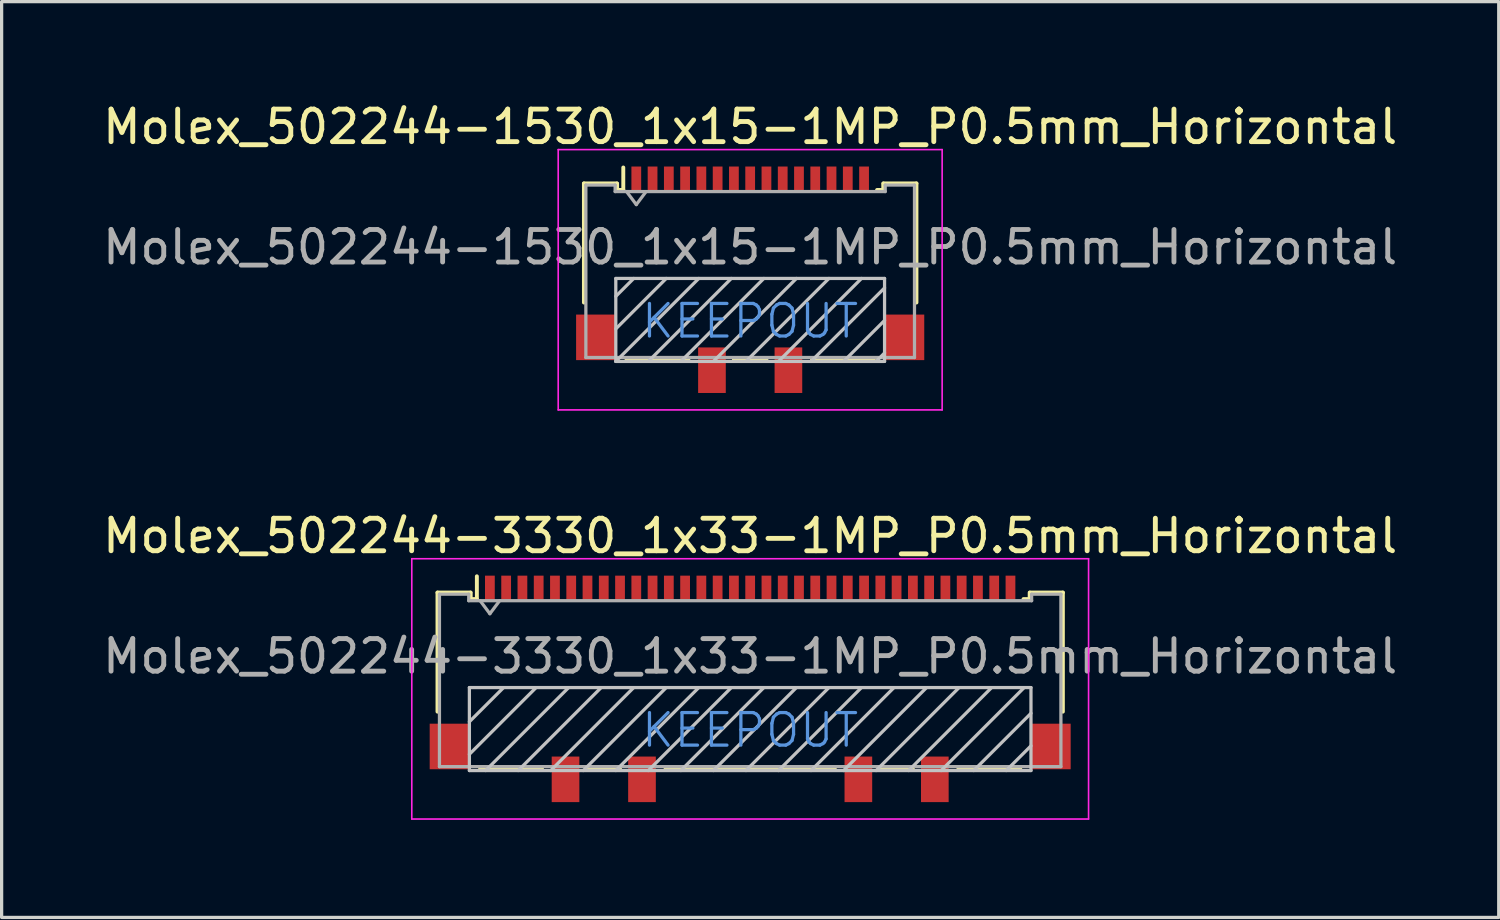
<source format=kicad_pcb>
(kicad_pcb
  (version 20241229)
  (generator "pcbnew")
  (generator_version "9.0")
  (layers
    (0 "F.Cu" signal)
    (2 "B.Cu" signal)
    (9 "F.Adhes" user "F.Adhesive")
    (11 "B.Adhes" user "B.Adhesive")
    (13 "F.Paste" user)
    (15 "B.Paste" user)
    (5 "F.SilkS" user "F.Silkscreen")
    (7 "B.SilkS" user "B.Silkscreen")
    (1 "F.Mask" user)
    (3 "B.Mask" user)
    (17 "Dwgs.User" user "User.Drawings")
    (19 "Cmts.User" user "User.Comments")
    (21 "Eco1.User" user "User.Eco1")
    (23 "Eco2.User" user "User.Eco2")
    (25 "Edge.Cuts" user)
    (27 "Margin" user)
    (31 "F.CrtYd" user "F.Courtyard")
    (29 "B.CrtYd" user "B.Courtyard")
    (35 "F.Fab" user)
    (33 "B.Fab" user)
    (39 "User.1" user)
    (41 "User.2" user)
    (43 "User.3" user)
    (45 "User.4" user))
  (footprint "Molex_502244-1530_1x15-1MP_P0.5mm_Horizontal"
    (layer "F.Cu")
    (at 20.006 5.548)
    (property "Reference" "Molex_502244-1530_1x15-1MP_P0.5mm_Horizontal" (at 0 -4.7 0) (layer "F.SilkS") (effects (font (size 1 1) (thickness 0.15))))
    (attr smd)
    (fp_line (start -5.11 -2.96) (end -4.1 -2.96) (stroke (width 0.12) (type solid)) (layer "F.SilkS"))
    (fp_line (start -5.11 0.7) (end -5.11 -2.96) (stroke (width 0.12) (type solid)) (layer "F.SilkS"))
    (fp_line (start -4.09 -2.76) (end -4.09 -2.96) (stroke (width 0.12) (type solid)) (layer "F.SilkS"))
    (fp_line (start -4.09 -2.76) (end -3.9 -2.76) (stroke (width 0.12) (type solid)) (layer "F.SilkS"))
    (fp_line (start -3.9 -2.76) (end -3.9 -3.45) (stroke (width 0.12) (type solid)) (layer "F.SilkS"))
    (fp_line (start -3.8 2.45) (end -1.9 2.45) (stroke (width 0.12) (type solid)) (layer "F.SilkS"))
    (fp_line (start -0.5 2.45) (end 0.5 2.45) (stroke (width 0.12) (type solid)) (layer "F.SilkS"))
    (fp_line (start 1.9 2.45) (end 3.8 2.45) (stroke (width 0.12) (type solid)) (layer "F.SilkS"))
    (fp_line (start 4.09 -2.96) (end 4.09 -2.76) (stroke (width 0.12) (type solid)) (layer "F.SilkS"))
    (fp_line (start 4.09 -2.76) (end 3.9 -2.76) (stroke (width 0.12) (type solid)) (layer "F.SilkS"))
    (fp_line (start 4.1 -2.96) (end 5.11 -2.96) (stroke (width 0.12) (type solid)) (layer "F.SilkS"))
    (fp_line (start 5.11 -2.96) (end 5.11 0.7) (stroke (width 0.12) (type solid)) (layer "F.SilkS"))
    (fp_line (start -4.13 -0.04) (end 4.13 -0.04) (stroke (width 0.1) (type solid)) (layer "Dwgs.User"))
    (fp_line (start -4.13 0.51) (end -3.58 -0.04) (stroke (width 0.1) (type solid)) (layer "Dwgs.User"))
    (fp_line (start -4.13 1.51) (end -2.58 -0.04) (stroke (width 0.1) (type solid)) (layer "Dwgs.User"))
    (fp_line (start -4.13 2.51) (end -4.13 -0.04) (stroke (width 0.1) (type solid)) (layer "Dwgs.User"))
    (fp_line (start -4.13 2.51) (end -1.58 -0.04) (stroke (width 0.1) (type solid)) (layer "Dwgs.User"))
    (fp_line (start -3.13 2.51) (end -0.58 -0.04) (stroke (width 0.1) (type solid)) (layer "Dwgs.User"))
    (fp_line (start -2.13 2.51) (end 0.42 -0.04) (stroke (width 0.1) (type solid)) (layer "Dwgs.User"))
    (fp_line (start -1.13 2.51) (end 1.42 -0.04) (stroke (width 0.1) (type solid)) (layer "Dwgs.User"))
    (fp_line (start -0.13 2.51) (end 2.42 -0.04) (stroke (width 0.1) (type solid)) (layer "Dwgs.User"))
    (fp_line (start 0.87 2.51) (end 3.42 -0.04) (stroke (width 0.1) (type solid)) (layer "Dwgs.User"))
    (fp_line (start 1.87 2.51) (end 4.13 0.25) (stroke (width 0.1) (type solid)) (layer "Dwgs.User"))
    (fp_line (start 2.87 2.51) (end 4.13 1.25) (stroke (width 0.1) (type solid)) (layer "Dwgs.User"))
    (fp_line (start 3.87 2.51) (end 4.13 2.25) (stroke (width 0.1) (type solid)) (layer "Dwgs.User"))
    (fp_line (start 4.13 -0.04) (end 4.13 2.51) (stroke (width 0.1) (type solid)) (layer "Dwgs.User"))
    (fp_line (start 4.13 2.51) (end -4.13 2.51) (stroke (width 0.1) (type solid)) (layer "Dwgs.User"))
    (fp_line (start -5.9 -4) (end 5.9 -4) (stroke (width 0.05) (type solid)) (layer "F.CrtYd"))
    (fp_line (start -5.9 4) (end -5.9 -4) (stroke (width 0.05) (type solid)) (layer "F.CrtYd"))
    (fp_line (start 5.9 -4) (end 5.9 4) (stroke (width 0.05) (type solid)) (layer "F.CrtYd"))
    (fp_line (start 5.9 4) (end -5.9 4) (stroke (width 0.05) (type solid)) (layer "F.CrtYd"))
    (fp_line (start -5.05 -2.91) (end -5.05 2.39) (stroke (width 0.1) (type solid)) (layer "F.Fab"))
    (fp_line (start -5.05 2.39) (end 5.05 2.39) (stroke (width 0.1) (type solid)) (layer "F.Fab"))
    (fp_line (start -4.15 -2.91) (end -5.05 -2.91) (stroke (width 0.1) (type solid)) (layer "F.Fab"))
    (fp_line (start -4.15 -2.71) (end -4.15 -2.91) (stroke (width 0.1) (type solid)) (layer "F.Fab"))
    (fp_line (start -3.8 -2.71) (end -3.5 -2.31) (stroke (width 0.1) (type solid)) (layer "F.Fab"))
    (fp_line (start -3.5 -2.31) (end -3.2 -2.71) (stroke (width 0.1) (type solid)) (layer "F.Fab"))
    (fp_line (start 4.15 -2.91) (end 4.15 -2.71) (stroke (width 0.1) (type solid)) (layer "F.Fab"))
    (fp_line (start 4.15 -2.71) (end -4.15 -2.71) (stroke (width 0.1) (type solid)) (layer "F.Fab"))
    (fp_line (start 5.05 -2.91) (end 4.15 -2.91) (stroke (width 0.1) (type solid)) (layer "F.Fab"))
    (fp_line (start 5.05 -2.91) (end 5.05 2.39) (stroke (width 0.1) (type solid)) (layer "F.Fab"))
    (fp_text user "KEEPOUT" (at 0 1.271 0) (layer "Cmts.User") (effects (font (size 1 1) (thickness 0.1))))
    (fp_text user "${REFERENCE}" (at 0 -1 0) (layer "F.Fab") (effects (font (size 1 1) (thickness 0.15))))
    (pad "1" smd rect (at -3.5 -3.08) (size 0.3 0.8) (layers "F.Cu" "F.Mask" "F.Paste"))
    (pad "2" smd rect (at -3 -3.08) (size 0.3 0.8) (layers "F.Cu" "F.Mask" "F.Paste"))
    (pad "3" smd rect (at -2.5 -3.08) (size 0.3 0.8) (layers "F.Cu" "F.Mask" "F.Paste"))
    (pad "4" smd rect (at -2 -3.08) (size 0.3 0.8) (layers "F.Cu" "F.Mask" "F.Paste"))
    (pad "5" smd rect (at -1.5 -3.08) (size 0.3 0.8) (layers "F.Cu" "F.Mask" "F.Paste"))
    (pad "6" smd rect (at -1 -3.08) (size 0.3 0.8) (layers "F.Cu" "F.Mask" "F.Paste"))
    (pad "7" smd rect (at -0.5 -3.08) (size 0.3 0.8) (layers "F.Cu" "F.Mask" "F.Paste"))
    (pad "8" smd rect (at 0 -3.08) (size 0.3 0.8) (layers "F.Cu" "F.Mask" "F.Paste"))
    (pad "9" smd rect (at 0.5 -3.08) (size 0.3 0.8) (layers "F.Cu" "F.Mask" "F.Paste"))
    (pad "10" smd rect (at 1 -3.08) (size 0.3 0.8) (layers "F.Cu" "F.Mask" "F.Paste"))
    (pad "11" smd rect (at 1.5 -3.08) (size 0.3 0.8) (layers "F.Cu" "F.Mask" "F.Paste"))
    (pad "12" smd rect (at 2 -3.08) (size 0.3 0.8) (layers "F.Cu" "F.Mask" "F.Paste"))
    (pad "13" smd rect (at 2.5 -3.08) (size 0.3 0.8) (layers "F.Cu" "F.Mask" "F.Paste"))
    (pad "14" smd rect (at 3 -3.08) (size 0.3 0.8) (layers "F.Cu" "F.Mask" "F.Paste"))
    (pad "15" smd rect (at 3.5 -3.08) (size 0.3 0.8) (layers "F.Cu" "F.Mask" "F.Paste"))
    (pad "MP" smd rect (at -4.74 1.77) (size 1.22 1.4) (layers "F.Cu" "F.Mask" "F.Paste"))
    (pad "MP" smd rect (at -1.175 2.78) (size 0.85 1.4) (layers "F.Cu" "F.Mask" "F.Paste"))
    (pad "MP" smd rect (at 1.175 2.78) (size 0.85 1.4) (layers "F.Cu" "F.Mask" "F.Paste"))
    (pad "MP" smd rect (at 4.74 1.77) (size 1.22 1.4) (layers "F.Cu" "F.Mask" "F.Paste")))
  (footprint "Molex_502244-3330_1x33-1MP_P0.5mm_Horizontal"
    (layer "F.Cu")
    (at 20.006 18.122)
    (property "Reference" "Molex_502244-3330_1x33-1MP_P0.5mm_Horizontal" (at 0 -4.7 0) (layer "F.SilkS") (effects (font (size 1 1) (thickness 0.15))))
    (attr smd)
    (fp_line (start -9.61 -2.96) (end -8.6 -2.96) (stroke (width 0.12) (type solid)) (layer "F.SilkS"))
    (fp_line (start -9.61 0.7) (end -9.61 -2.96) (stroke (width 0.12) (type solid)) (layer "F.SilkS"))
    (fp_line (start -8.59 -2.76) (end -8.59 -2.96) (stroke (width 0.12) (type solid)) (layer "F.SilkS"))
    (fp_line (start -8.59 -2.76) (end -8.4 -2.76) (stroke (width 0.12) (type solid)) (layer "F.SilkS"))
    (fp_line (start -8.4 -2.76) (end -8.4 -3.46) (stroke (width 0.12) (type solid)) (layer "F.SilkS"))
    (fp_line (start -8.3 2.45) (end -6.4 2.45) (stroke (width 0.12) (type solid)) (layer "F.SilkS"))
    (fp_line (start -4 2.45) (end -5 2.45) (stroke (width 0.12) (type solid)) (layer "F.SilkS"))
    (fp_line (start -2.6 2.45) (end 2.6 2.45) (stroke (width 0.12) (type solid)) (layer "F.SilkS"))
    (fp_line (start 4 2.45) (end 5 2.45) (stroke (width 0.12) (type solid)) (layer "F.SilkS"))
    (fp_line (start 6.4 2.45) (end 8.3 2.45) (stroke (width 0.12) (type solid)) (layer "F.SilkS"))
    (fp_line (start 8.59 -2.96) (end 8.59 -2.76) (stroke (width 0.12) (type solid)) (layer "F.SilkS"))
    (fp_line (start 8.59 -2.76) (end 8.4 -2.76) (stroke (width 0.12) (type solid)) (layer "F.SilkS"))
    (fp_line (start 8.6 -2.96) (end 9.61 -2.96) (stroke (width 0.12) (type solid)) (layer "F.SilkS"))
    (fp_line (start 9.61 -2.96) (end 9.61 0.7) (stroke (width 0.12) (type solid)) (layer "F.SilkS"))
    (fp_line (start -8.63 -0.04) (end -8.63 2.51) (stroke (width 0.1) (type solid)) (layer "Dwgs.User"))
    (fp_line (start -8.63 1.01) (end -7.58 -0.04) (stroke (width 0.1) (type solid)) (layer "Dwgs.User"))
    (fp_line (start -8.63 2.01) (end -6.58 -0.04) (stroke (width 0.1) (type solid)) (layer "Dwgs.User"))
    (fp_line (start -8.63 2.51) (end 8.63 2.51) (stroke (width 0.1) (type solid)) (layer "Dwgs.User"))
    (fp_line (start -8.13 2.51) (end -5.58 -0.04) (stroke (width 0.1) (type solid)) (layer "Dwgs.User"))
    (fp_line (start -7.13 2.51) (end -4.58 -0.04) (stroke (width 0.1) (type solid)) (layer "Dwgs.User"))
    (fp_line (start -6.13 2.51) (end -3.58 -0.04) (stroke (width 0.1) (type solid)) (layer "Dwgs.User"))
    (fp_line (start -5.13 2.51) (end -2.58 -0.04) (stroke (width 0.1) (type solid)) (layer "Dwgs.User"))
    (fp_line (start -4.13 2.51) (end -1.58 -0.04) (stroke (width 0.1) (type solid)) (layer "Dwgs.User"))
    (fp_line (start -3.13 2.51) (end -0.58 -0.04) (stroke (width 0.1) (type solid)) (layer "Dwgs.User"))
    (fp_line (start -2.13 2.51) (end 0.42 -0.04) (stroke (width 0.1) (type solid)) (layer "Dwgs.User"))
    (fp_line (start -1.13 2.51) (end 1.42 -0.04) (stroke (width 0.1) (type solid)) (layer "Dwgs.User"))
    (fp_line (start -0.13 2.51) (end 2.42 -0.04) (stroke (width 0.1) (type solid)) (layer "Dwgs.User"))
    (fp_line (start 0.87 2.51) (end 3.42 -0.04) (stroke (width 0.1) (type solid)) (layer "Dwgs.User"))
    (fp_line (start 1.87 2.51) (end 4.42 -0.04) (stroke (width 0.1) (type solid)) (layer "Dwgs.User"))
    (fp_line (start 2.87 2.51) (end 5.42 -0.04) (stroke (width 0.1) (type solid)) (layer "Dwgs.User"))
    (fp_line (start 3.87 2.51) (end 6.42 -0.04) (stroke (width 0.1) (type solid)) (layer "Dwgs.User"))
    (fp_line (start 4.87 2.51) (end 7.42 -0.04) (stroke (width 0.1) (type solid)) (layer "Dwgs.User"))
    (fp_line (start 5.87 2.51) (end 8.42 -0.04) (stroke (width 0.1) (type solid)) (layer "Dwgs.User"))
    (fp_line (start 6.87 2.51) (end 8.63 0.75) (stroke (width 0.1) (type solid)) (layer "Dwgs.User"))
    (fp_line (start 7.87 2.51) (end 8.63 1.75) (stroke (width 0.1) (type solid)) (layer "Dwgs.User"))
    (fp_line (start 8.63 -0.04) (end -8.63 -0.04) (stroke (width 0.1) (type solid)) (layer "Dwgs.User"))
    (fp_line (start 8.63 -0.04) (end 8.63 2.51) (stroke (width 0.1) (type solid)) (layer "Dwgs.User"))
    (fp_line (start -10.4 -4) (end 10.4 -4) (stroke (width 0.05) (type solid)) (layer "F.CrtYd"))
    (fp_line (start -10.4 4) (end -10.4 -4) (stroke (width 0.05) (type solid)) (layer "F.CrtYd"))
    (fp_line (start 10.4 -4) (end 10.4 4) (stroke (width 0.05) (type solid)) (layer "F.CrtYd"))
    (fp_line (start 10.4 4) (end -10.4 4) (stroke (width 0.05) (type solid)) (layer "F.CrtYd"))
    (fp_line (start -9.55 -2.91) (end -9.55 2.39) (stroke (width 0.1) (type solid)) (layer "F.Fab"))
    (fp_line (start -9.55 2.39) (end 9.55 2.39) (stroke (width 0.1) (type solid)) (layer "F.Fab"))
    (fp_line (start -8.65 -2.91) (end -9.55 -2.91) (stroke (width 0.1) (type solid)) (layer "F.Fab"))
    (fp_line (start -8.65 -2.71) (end -8.65 -2.91) (stroke (width 0.1) (type solid)) (layer "F.Fab"))
    (fp_line (start -8.3 -2.71) (end -8 -2.31) (stroke (width 0.1) (type solid)) (layer "F.Fab"))
    (fp_line (start -8 -2.31) (end -7.7 -2.71) (stroke (width 0.1) (type solid)) (layer "F.Fab"))
    (fp_line (start 8.65 -2.91) (end 8.65 -2.71) (stroke (width 0.1) (type solid)) (layer "F.Fab"))
    (fp_line (start 8.65 -2.71) (end -8.65 -2.71) (stroke (width 0.1) (type solid)) (layer "F.Fab"))
    (fp_line (start 9.55 -2.91) (end 8.65 -2.91) (stroke (width 0.1) (type solid)) (layer "F.Fab"))
    (fp_line (start 9.55 -2.91) (end 9.55 2.39) (stroke (width 0.1) (type solid)) (layer "F.Fab"))
    (fp_text user "KEEPOUT" (at 0 1.271 0) (layer "Cmts.User") (effects (font (size 1 1) (thickness 0.1))))
    (fp_text user "${REFERENCE}" (at 0 -1 0) (layer "F.Fab") (effects (font (size 1 1) (thickness 0.15))))
    (pad "1" smd rect (at -8 -3.08) (size 0.3 0.8) (layers "F.Cu" "F.Mask" "F.Paste"))
    (pad "2" smd rect (at -7.5 -3.08) (size 0.3 0.8) (layers "F.Cu" "F.Mask" "F.Paste"))
    (pad "3" smd rect (at -7 -3.08) (size 0.3 0.8) (layers "F.Cu" "F.Mask" "F.Paste"))
    (pad "4" smd rect (at -6.5 -3.08) (size 0.3 0.8) (layers "F.Cu" "F.Mask" "F.Paste"))
    (pad "5" smd rect (at -6 -3.08) (size 0.3 0.8) (layers "F.Cu" "F.Mask" "F.Paste"))
    (pad "6" smd rect (at -5.5 -3.08) (size 0.3 0.8) (layers "F.Cu" "F.Mask" "F.Paste"))
    (pad "7" smd rect (at -5 -3.08) (size 0.3 0.8) (layers "F.Cu" "F.Mask" "F.Paste"))
    (pad "8" smd rect (at -4.5 -3.08) (size 0.3 0.8) (layers "F.Cu" "F.Mask" "F.Paste"))
    (pad "9" smd rect (at -4 -3.08) (size 0.3 0.8) (layers "F.Cu" "F.Mask" "F.Paste"))
    (pad "10" smd rect (at -3.5 -3.08) (size 0.3 0.8) (layers "F.Cu" "F.Mask" "F.Paste"))
    (pad "11" smd rect (at -3 -3.08) (size 0.3 0.8) (layers "F.Cu" "F.Mask" "F.Paste"))
    (pad "12" smd rect (at -2.5 -3.08) (size 0.3 0.8) (layers "F.Cu" "F.Mask" "F.Paste"))
    (pad "13" smd rect (at -2 -3.08) (size 0.3 0.8) (layers "F.Cu" "F.Mask" "F.Paste"))
    (pad "14" smd rect (at -1.5 -3.08) (size 0.3 0.8) (layers "F.Cu" "F.Mask" "F.Paste"))
    (pad "15" smd rect (at -1 -3.08) (size 0.3 0.8) (layers "F.Cu" "F.Mask" "F.Paste"))
    (pad "16" smd rect (at -0.5 -3.08) (size 0.3 0.8) (layers "F.Cu" "F.Mask" "F.Paste"))
    (pad "17" smd rect (at 0 -3.08) (size 0.3 0.8) (layers "F.Cu" "F.Mask" "F.Paste"))
    (pad "18" smd rect (at 0.5 -3.08) (size 0.3 0.8) (layers "F.Cu" "F.Mask" "F.Paste"))
    (pad "19" smd rect (at 1 -3.08) (size 0.3 0.8) (layers "F.Cu" "F.Mask" "F.Paste"))
    (pad "20" smd rect (at 1.5 -3.08) (size 0.3 0.8) (layers "F.Cu" "F.Mask" "F.Paste"))
    (pad "21" smd rect (at 2 -3.08) (size 0.3 0.8) (layers "F.Cu" "F.Mask" "F.Paste"))
    (pad "22" smd rect (at 2.5 -3.08) (size 0.3 0.8) (layers "F.Cu" "F.Mask" "F.Paste"))
    (pad "23" smd rect (at 3 -3.08) (size 0.3 0.8) (layers "F.Cu" "F.Mask" "F.Paste"))
    (pad "24" smd rect (at 3.5 -3.08) (size 0.3 0.8) (layers "F.Cu" "F.Mask" "F.Paste"))
    (pad "25" smd rect (at 4 -3.08) (size 0.3 0.8) (layers "F.Cu" "F.Mask" "F.Paste"))
    (pad "26" smd rect (at 4.5 -3.08) (size 0.3 0.8) (layers "F.Cu" "F.Mask" "F.Paste"))
    (pad "27" smd rect (at 5 -3.08) (size 0.3 0.8) (layers "F.Cu" "F.Mask" "F.Paste"))
    (pad "28" smd rect (at 5.5 -3.08) (size 0.3 0.8) (layers "F.Cu" "F.Mask" "F.Paste"))
    (pad "29" smd rect (at 6 -3.08) (size 0.3 0.8) (layers "F.Cu" "F.Mask" "F.Paste"))
    (pad "30" smd rect (at 6.5 -3.08) (size 0.3 0.8) (layers "F.Cu" "F.Mask" "F.Paste"))
    (pad "31" smd rect (at 7 -3.08) (size 0.3 0.8) (layers "F.Cu" "F.Mask" "F.Paste"))
    (pad "32" smd rect (at 7.5 -3.08) (size 0.3 0.8) (layers "F.Cu" "F.Mask" "F.Paste"))
    (pad "33" smd rect (at 8 -3.08) (size 0.3 0.8) (layers "F.Cu" "F.Mask" "F.Paste"))
    (pad "MP" smd rect (at -9.24 1.77) (size 1.22 1.4) (layers "F.Cu" "F.Mask" "F.Paste"))
    (pad "MP" smd rect (at -5.675 2.78) (size 0.85 1.4) (layers "F.Cu" "F.Mask" "F.Paste"))
    (pad "MP" smd rect (at -3.325 2.78) (size 0.85 1.4) (layers "F.Cu" "F.Mask" "F.Paste"))
    (pad "MP" smd rect (at 3.325 2.78) (size 0.85 1.4) (layers "F.Cu" "F.Mask" "F.Paste"))
    (pad "MP" smd rect (at 5.675 2.78) (size 0.85 1.4) (layers "F.Cu" "F.Mask" "F.Paste"))
    (pad "MP" smd rect (at 9.24 1.77) (size 1.22 1.4) (layers "F.Cu" "F.Mask" "F.Paste")))
  (gr_rect
    (start -3 -3)
    (end 43.012 25.146)
    (stroke (width 0.1) (type default))
    (fill no)
    (layer "Edge.Cuts")))
</source>
